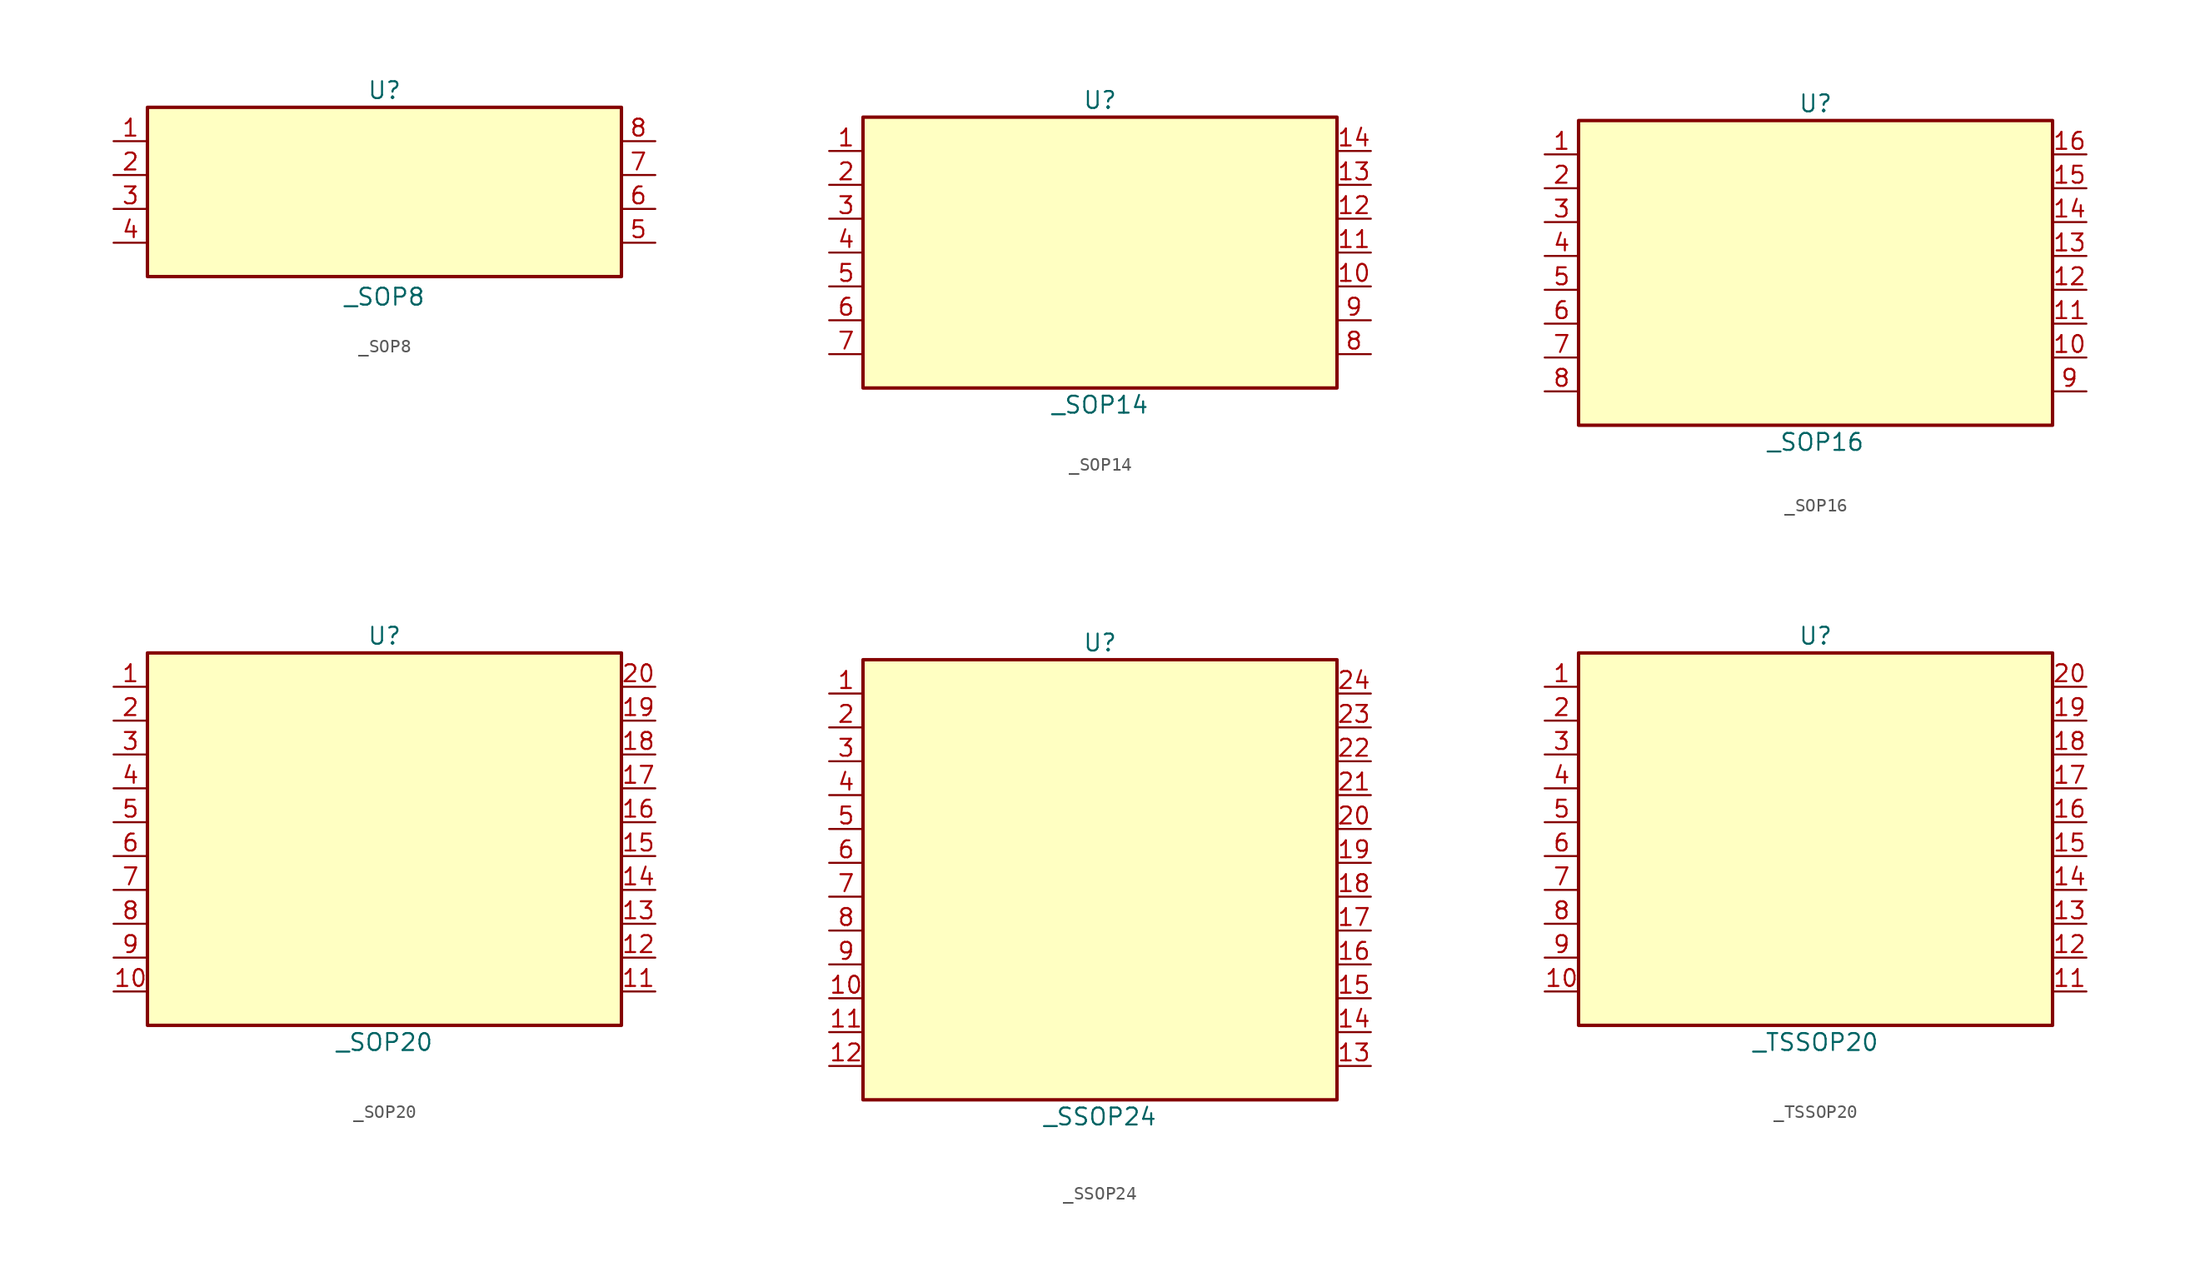
<source format=kicad_sym>
(kicad_symbol_lib
  (version 20241209)
  (generator "kicad_symbol_editor")
  (generator_version "9.0")
  (symbol "_SOP8"
    (property "Reference" "U"
      (at 0 7.62 0)
      (effects (font (size 1.27 1.27))))
    (property "Value" "_SOP8"
      (at 0 -7.874 0)
      (effects (font (size 1.27 1.27))))
    (symbol "_SOP8_0_0"
      (pin unspecified line (at -20.32 -1.27 0) (length 2.54) (name "" (effects (font (size 1.27 1.27)))) (number "3" (effects (font (size 1.27 1.27)))))
      (pin unspecified line (at -20.32 -3.81 0) (length 2.54) (name "" (effects (font (size 1.27 1.27)))) (number "4" (effects (font (size 1.27 1.27)))))
      (pin unspecified line (at 20.32 3.81 180) (length 2.54) (name "" (effects (font (size 1.27 1.27)))) (number "8" (effects (font (size 1.27 1.27)))))
      (pin unspecified line (at 20.32 1.27 180) (length 2.54) (name "" (effects (font (size 1.27 1.27)))) (number "7" (effects (font (size 1.27 1.27)))))
      (pin unspecified line (at 20.32 -1.27 180) (length 2.54) (name "" (effects (font (size 1.27 1.27)))) (number "6" (effects (font (size 1.27 1.27)))))
      (pin unspecified line (at 20.32 -3.81 180) (length 2.54) (name "" (effects (font (size 1.27 1.27)))) (number "5" (effects (font (size 1.27 1.27))))))
    (symbol "_SOP8_1_0"
      (pin unspecified line (at -20.32 3.81 0) (length 2.54) (name "" (effects (font (size 1.27 1.27)))) (number "1" (effects (font (size 1.27 1.27)))))
      (pin unspecified line (at -20.32 1.27 0) (length 2.54) (name "" (effects (font (size 1.27 1.27)))) (number "2" (effects (font (size 1.27 1.27))))))
    (symbol "_SOP8_1_1"
      (rectangle (start -17.78 6.35) (end 17.78 -6.35) (stroke (width 0.254) (type solid)) (fill (type background)))))
  (symbol "_SOP14"
    (property "Reference" "U"
      (at 0 11.43 0)
      (effects (font (size 1.27 1.27))))
    (property "Value" "_SOP14"
      (at 0 -11.43 0)
      (effects (font (size 1.27 1.27))))
    (symbol "_SOP14_0_0"
      (pin unspecified line (at -20.32 7.62 0) (length 2.54) (name "" (effects (font (size 1.27 1.27)))) (number "1" (effects (font (size 1.27 1.27)))))
      (pin unspecified line (at -20.32 5.08 0) (length 2.54) (name "" (effects (font (size 1.27 1.27)))) (number "2" (effects (font (size 1.27 1.27)))))
      (pin unspecified line (at -20.32 2.54 0) (length 2.54) (name "" (effects (font (size 1.27 1.27)))) (number "3" (effects (font (size 1.27 1.27)))))
      (pin unspecified line (at -20.32 0 0) (length 2.54) (name "" (effects (font (size 1.27 1.27)))) (number "4" (effects (font (size 1.27 1.27)))))
      (pin unspecified line (at -20.32 -2.54 0) (length 2.54) (name "" (effects (font (size 1.27 1.27)))) (number "5" (effects (font (size 1.27 1.27)))))
      (pin unspecified line (at -20.32 -5.08 0) (length 2.54) (name "" (effects (font (size 1.27 1.27)))) (number "6" (effects (font (size 1.27 1.27)))))
      (pin unspecified line (at -20.32 -7.62 0) (length 2.54) (name "" (effects (font (size 1.27 1.27)))) (number "7" (effects (font (size 1.27 1.27)))))
      (pin unspecified line (at 20.32 7.62 180) (length 2.54) (name "" (effects (font (size 1.27 1.27)))) (number "14" (effects (font (size 1.27 1.27)))))
      (pin unspecified line (at 20.32 5.08 180) (length 2.54) (name "" (effects (font (size 1.27 1.27)))) (number "13" (effects (font (size 1.27 1.27)))))
      (pin unspecified line (at 20.32 2.54 180) (length 2.54) (name "" (effects (font (size 1.27 1.27)))) (number "12" (effects (font (size 1.27 1.27)))))
      (pin unspecified line (at 20.32 0 180) (length 2.54) (name "" (effects (font (size 1.27 1.27)))) (number "11" (effects (font (size 1.27 1.27)))))
      (pin unspecified line (at 20.32 -2.54 180) (length 2.54) (name "" (effects (font (size 1.27 1.27)))) (number "10" (effects (font (size 1.27 1.27)))))
      (pin unspecified line (at 20.32 -5.08 180) (length 2.54) (name "" (effects (font (size 1.27 1.27)))) (number "9" (effects (font (size 1.27 1.27)))))
      (pin unspecified line (at 20.32 -7.62 180) (length 2.54) (name "" (effects (font (size 1.27 1.27)))) (number "8" (effects (font (size 1.27 1.27))))))
    (symbol "_SOP14_1_1"
      (rectangle (start -17.78 10.16) (end 17.78 -10.16) (stroke (width 0.254) (type solid)) (fill (type background)))))
  (symbol "_SOP16"
    (property "Reference" "U"
      (at 0 12.7 0)
      (effects (font (size 1.27 1.27))))
    (property "Value" "_SOP16"
      (at 0 -12.7 0)
      (effects (font (size 1.27 1.27))))
    (symbol "_SOP16_0_0"
      (pin unspecified line (at -20.32 8.89 0) (length 2.54) (name "" (effects (font (size 1.27 1.27)))) (number "1" (effects (font (size 1.27 1.27)))))
      (pin unspecified line (at -20.32 6.35 0) (length 2.54) (name "" (effects (font (size 1.27 1.27)))) (number "2" (effects (font (size 1.27 1.27)))))
      (pin unspecified line (at -20.32 3.81 0) (length 2.54) (name "" (effects (font (size 1.27 1.27)))) (number "3" (effects (font (size 1.27 1.27)))))
      (pin unspecified line (at -20.32 1.27 0) (length 2.54) (name "" (effects (font (size 1.27 1.27)))) (number "4" (effects (font (size 1.27 1.27)))))
      (pin unspecified line (at -20.32 -1.27 0) (length 2.54) (name "" (effects (font (size 1.27 1.27)))) (number "5" (effects (font (size 1.27 1.27)))))
      (pin unspecified line (at -20.32 -3.81 0) (length 2.54) (name "" (effects (font (size 1.27 1.27)))) (number "6" (effects (font (size 1.27 1.27)))))
      (pin unspecified line (at -20.32 -6.35 0) (length 2.54) (name "" (effects (font (size 1.27 1.27)))) (number "7" (effects (font (size 1.27 1.27)))))
      (pin unspecified line (at -20.32 -8.89 0) (length 2.54) (name "" (effects (font (size 1.27 1.27)))) (number "8" (effects (font (size 1.27 1.27)))))
      (pin unspecified line (at 20.32 8.89 180) (length 2.54) (name "" (effects (font (size 1.27 1.27)))) (number "16" (effects (font (size 1.27 1.27)))))
      (pin unspecified line (at 20.32 6.35 180) (length 2.54) (name "" (effects (font (size 1.27 1.27)))) (number "15" (effects (font (size 1.27 1.27)))))
      (pin unspecified line (at 20.32 3.81 180) (length 2.54) (name "" (effects (font (size 1.27 1.27)))) (number "14" (effects (font (size 1.27 1.27)))))
      (pin unspecified line (at 20.32 1.27 180) (length 2.54) (name "" (effects (font (size 1.27 1.27)))) (number "13" (effects (font (size 1.27 1.27)))))
      (pin unspecified line (at 20.32 -1.27 180) (length 2.54) (name "" (effects (font (size 1.27 1.27)))) (number "12" (effects (font (size 1.27 1.27)))))
      (pin unspecified line (at 20.32 -3.81 180) (length 2.54) (name "" (effects (font (size 1.27 1.27)))) (number "11" (effects (font (size 1.27 1.27)))))
      (pin unspecified line (at 20.32 -6.35 180) (length 2.54) (name "" (effects (font (size 1.27 1.27)))) (number "10" (effects (font (size 1.27 1.27)))))
      (pin unspecified line (at 20.32 -8.89 180) (length 2.54) (name "" (effects (font (size 1.27 1.27)))) (number "9" (effects (font (size 1.27 1.27))))))
    (symbol "_SOP16_1_1"
      (rectangle (start -17.78 11.43) (end 17.78 -11.43) (stroke (width 0.254) (type solid)) (fill (type background)))))
  (symbol "_SOP20"
    (property "Reference" "U"
      (at 0 15.24 0)
      (effects (font (size 1.27 1.27))))
    (property "Value" "_SOP20"
      (at 0 -15.24 0)
      (effects (font (size 1.27 1.27))))
    (symbol "_SOP20_0_0"
      (pin unspecified line (at -20.32 11.43 0) (length 2.54) (name "" (effects (font (size 1.27 1.27)))) (number "1" (effects (font (size 1.27 1.27)))))
      (pin unspecified line (at -20.32 8.89 0) (length 2.54) (name "" (effects (font (size 1.27 1.27)))) (number "2" (effects (font (size 1.27 1.27)))))
      (pin unspecified line (at -20.32 6.35 0) (length 2.54) (name "" (effects (font (size 1.27 1.27)))) (number "3" (effects (font (size 1.27 1.27)))))
      (pin unspecified line (at -20.32 3.81 0) (length 2.54) (name "" (effects (font (size 1.27 1.27)))) (number "4" (effects (font (size 1.27 1.27)))))
      (pin unspecified line (at -20.32 1.27 0) (length 2.54) (name "" (effects (font (size 1.27 1.27)))) (number "5" (effects (font (size 1.27 1.27)))))
      (pin unspecified line (at -20.32 -1.27 0) (length 2.54) (name "" (effects (font (size 1.27 1.27)))) (number "6" (effects (font (size 1.27 1.27)))))
      (pin unspecified line (at -20.32 -3.81 0) (length 2.54) (name "" (effects (font (size 1.27 1.27)))) (number "7" (effects (font (size 1.27 1.27)))))
      (pin unspecified line (at -20.32 -6.35 0) (length 2.54) (name "" (effects (font (size 1.27 1.27)))) (number "8" (effects (font (size 1.27 1.27)))))
      (pin unspecified line (at -20.32 -8.89 0) (length 2.54) (name "" (effects (font (size 1.27 1.27)))) (number "9" (effects (font (size 1.27 1.27)))))
      (pin unspecified line (at -20.32 -11.43 0) (length 2.54) (name "" (effects (font (size 1.27 1.27)))) (number "10" (effects (font (size 1.27 1.27)))))
      (pin unspecified line (at 20.32 11.43 180) (length 2.54) (name "" (effects (font (size 1.27 1.27)))) (number "20" (effects (font (size 1.27 1.27)))))
      (pin unspecified line (at 20.32 8.89 180) (length 2.54) (name "" (effects (font (size 1.27 1.27)))) (number "19" (effects (font (size 1.27 1.27)))))
      (pin unspecified line (at 20.32 6.35 180) (length 2.54) (name "" (effects (font (size 1.27 1.27)))) (number "18" (effects (font (size 1.27 1.27)))))
      (pin unspecified line (at 20.32 3.81 180) (length 2.54) (name "" (effects (font (size 1.27 1.27)))) (number "17" (effects (font (size 1.27 1.27)))))
      (pin unspecified line (at 20.32 1.27 180) (length 2.54) (name "" (effects (font (size 1.27 1.27)))) (number "16" (effects (font (size 1.27 1.27)))))
      (pin unspecified line (at 20.32 -1.27 180) (length 2.54) (name "" (effects (font (size 1.27 1.27)))) (number "15" (effects (font (size 1.27 1.27)))))
      (pin unspecified line (at 20.32 -3.81 180) (length 2.54) (name "" (effects (font (size 1.27 1.27)))) (number "14" (effects (font (size 1.27 1.27)))))
      (pin unspecified line (at 20.32 -6.35 180) (length 2.54) (name "" (effects (font (size 1.27 1.27)))) (number "13" (effects (font (size 1.27 1.27)))))
      (pin unspecified line (at 20.32 -8.89 180) (length 2.54) (name "" (effects (font (size 1.27 1.27)))) (number "12" (effects (font (size 1.27 1.27)))))
      (pin unspecified line (at 20.32 -11.43 180) (length 2.54) (name "" (effects (font (size 1.27 1.27)))) (number "11" (effects (font (size 1.27 1.27))))))
    (symbol "_SOP20_1_1"
      (rectangle (start -17.78 13.97) (end 17.78 -13.97) (stroke (width 0.254) (type solid)) (fill (type background)))))
  (symbol "_SSOP24"
    (property "Reference" "U"
      (at 0 17.78 0)
      (effects (font (size 1.27 1.27))))
    (property "Value" "_SSOP24"
      (at 0 -17.78 0)
      (effects (font (size 1.27 1.27))))
    (symbol "_SSOP24_0_0"
      (pin unspecified line (at -20.32 13.97 0) (length 2.54) (name "" (effects (font (size 1.27 1.27)))) (number "1" (effects (font (size 1.27 1.27)))))
      (pin unspecified line (at -20.32 11.43 0) (length 2.54) (name "" (effects (font (size 1.27 1.27)))) (number "2" (effects (font (size 1.27 1.27)))))
      (pin unspecified line (at -20.32 8.89 0) (length 2.54) (name "" (effects (font (size 1.27 1.27)))) (number "3" (effects (font (size 1.27 1.27)))))
      (pin unspecified line (at -20.32 6.35 0) (length 2.54) (name "" (effects (font (size 1.27 1.27)))) (number "4" (effects (font (size 1.27 1.27)))))
      (pin unspecified line (at -20.32 3.81 0) (length 2.54) (name "" (effects (font (size 1.27 1.27)))) (number "5" (effects (font (size 1.27 1.27)))))
      (pin unspecified line (at -20.32 1.27 0) (length 2.54) (name "" (effects (font (size 1.27 1.27)))) (number "6" (effects (font (size 1.27 1.27)))))
      (pin unspecified line (at -20.32 -1.27 0) (length 2.54) (name "" (effects (font (size 1.27 1.27)))) (number "7" (effects (font (size 1.27 1.27)))))
      (pin unspecified line (at -20.32 -3.81 0) (length 2.54) (name "" (effects (font (size 1.27 1.27)))) (number "8" (effects (font (size 1.27 1.27)))))
      (pin unspecified line (at -20.32 -6.35 0) (length 2.54) (name "" (effects (font (size 1.27 1.27)))) (number "9" (effects (font (size 1.27 1.27)))))
      (pin unspecified line (at -20.32 -8.89 0) (length 2.54) (name "" (effects (font (size 1.27 1.27)))) (number "10" (effects (font (size 1.27 1.27)))))
      (pin unspecified line (at -20.32 -11.43 0) (length 2.54) (name "" (effects (font (size 1.27 1.27)))) (number "11" (effects (font (size 1.27 1.27)))))
      (pin unspecified line (at -20.32 -13.97 0) (length 2.54) (name "" (effects (font (size 1.27 1.27)))) (number "12" (effects (font (size 1.27 1.27)))))
      (pin unspecified line (at 20.32 13.97 180) (length 2.54) (name "" (effects (font (size 1.27 1.27)))) (number "24" (effects (font (size 1.27 1.27)))))
      (pin unspecified line (at 20.32 11.43 180) (length 2.54) (name "" (effects (font (size 1.27 1.27)))) (number "23" (effects (font (size 1.27 1.27)))))
      (pin unspecified line (at 20.32 8.89 180) (length 2.54) (name "" (effects (font (size 1.27 1.27)))) (number "22" (effects (font (size 1.27 1.27)))))
      (pin unspecified line (at 20.32 6.35 180) (length 2.54) (name "" (effects (font (size 1.27 1.27)))) (number "21" (effects (font (size 1.27 1.27)))))
      (pin unspecified line (at 20.32 3.81 180) (length 2.54) (name "" (effects (font (size 1.27 1.27)))) (number "20" (effects (font (size 1.27 1.27)))))
      (pin unspecified line (at 20.32 1.27 180) (length 2.54) (name "" (effects (font (size 1.27 1.27)))) (number "19" (effects (font (size 1.27 1.27)))))
      (pin unspecified line (at 20.32 -1.27 180) (length 2.54) (name "" (effects (font (size 1.27 1.27)))) (number "18" (effects (font (size 1.27 1.27)))))
      (pin unspecified line (at 20.32 -3.81 180) (length 2.54) (name "" (effects (font (size 1.27 1.27)))) (number "17" (effects (font (size 1.27 1.27)))))
      (pin unspecified line (at 20.32 -6.35 180) (length 2.54) (name "" (effects (font (size 1.27 1.27)))) (number "16" (effects (font (size 1.27 1.27)))))
      (pin unspecified line (at 20.32 -8.89 180) (length 2.54) (name "" (effects (font (size 1.27 1.27)))) (number "15" (effects (font (size 1.27 1.27)))))
      (pin unspecified line (at 20.32 -11.43 180) (length 2.54) (name "" (effects (font (size 1.27 1.27)))) (number "14" (effects (font (size 1.27 1.27)))))
      (pin unspecified line (at 20.32 -13.97 180) (length 2.54) (name "" (effects (font (size 1.27 1.27)))) (number "13" (effects (font (size 1.27 1.27))))))
    (symbol "_SSOP24_1_1"
      (rectangle (start -17.78 16.51) (end 17.78 -16.51) (stroke (width 0.254) (type solid)) (fill (type background)))))
  (symbol "_TSSOP20"
    (property "Reference" "U"
      (at 0 15.24 0)
      (effects (font (size 1.27 1.27))))
    (property "Value" "_TSSOP20"
      (at 0 -15.24 0)
      (effects (font (size 1.27 1.27))))
    (symbol "_TSSOP20_0_0"
      (pin unspecified line (at -20.32 11.43 0) (length 2.54) (name "" (effects (font (size 1.27 1.27)))) (number "1" (effects (font (size 1.27 1.27)))))
      (pin unspecified line (at -20.32 8.89 0) (length 2.54) (name "" (effects (font (size 1.27 1.27)))) (number "2" (effects (font (size 1.27 1.27)))))
      (pin unspecified line (at -20.32 6.35 0) (length 2.54) (name "" (effects (font (size 1.27 1.27)))) (number "3" (effects (font (size 1.27 1.27)))))
      (pin unspecified line (at -20.32 3.81 0) (length 2.54) (name "" (effects (font (size 1.27 1.27)))) (number "4" (effects (font (size 1.27 1.27)))))
      (pin unspecified line (at -20.32 1.27 0) (length 2.54) (name "" (effects (font (size 1.27 1.27)))) (number "5" (effects (font (size 1.27 1.27)))))
      (pin unspecified line (at -20.32 -1.27 0) (length 2.54) (name "" (effects (font (size 1.27 1.27)))) (number "6" (effects (font (size 1.27 1.27)))))
      (pin unspecified line (at -20.32 -3.81 0) (length 2.54) (name "" (effects (font (size 1.27 1.27)))) (number "7" (effects (font (size 1.27 1.27)))))
      (pin unspecified line (at -20.32 -6.35 0) (length 2.54) (name "" (effects (font (size 1.27 1.27)))) (number "8" (effects (font (size 1.27 1.27)))))
      (pin unspecified line (at -20.32 -8.89 0) (length 2.54) (name "" (effects (font (size 1.27 1.27)))) (number "9" (effects (font (size 1.27 1.27)))))
      (pin unspecified line (at -20.32 -11.43 0) (length 2.54) (name "" (effects (font (size 1.27 1.27)))) (number "10" (effects (font (size 1.27 1.27)))))
      (pin unspecified line (at 20.32 11.43 180) (length 2.54) (name "" (effects (font (size 1.27 1.27)))) (number "20" (effects (font (size 1.27 1.27)))))
      (pin unspecified line (at 20.32 8.89 180) (length 2.54) (name "" (effects (font (size 1.27 1.27)))) (number "19" (effects (font (size 1.27 1.27)))))
      (pin unspecified line (at 20.32 6.35 180) (length 2.54) (name "" (effects (font (size 1.27 1.27)))) (number "18" (effects (font (size 1.27 1.27)))))
      (pin unspecified line (at 20.32 3.81 180) (length 2.54) (name "" (effects (font (size 1.27 1.27)))) (number "17" (effects (font (size 1.27 1.27)))))
      (pin unspecified line (at 20.32 1.27 180) (length 2.54) (name "" (effects (font (size 1.27 1.27)))) (number "16" (effects (font (size 1.27 1.27)))))
      (pin unspecified line (at 20.32 -1.27 180) (length 2.54) (name "" (effects (font (size 1.27 1.27)))) (number "15" (effects (font (size 1.27 1.27)))))
      (pin unspecified line (at 20.32 -3.81 180) (length 2.54) (name "" (effects (font (size 1.27 1.27)))) (number "14" (effects (font (size 1.27 1.27)))))
      (pin unspecified line (at 20.32 -6.35 180) (length 2.54) (name "" (effects (font (size 1.27 1.27)))) (number "13" (effects (font (size 1.27 1.27)))))
      (pin unspecified line (at 20.32 -8.89 180) (length 2.54) (name "" (effects (font (size 1.27 1.27)))) (number "12" (effects (font (size 1.27 1.27)))))
      (pin unspecified line (at 20.32 -11.43 180) (length 2.54) (name "" (effects (font (size 1.27 1.27)))) (number "11" (effects (font (size 1.27 1.27))))))
    (symbol "_TSSOP20_1_1"
      (rectangle (start -17.78 13.97) (end 17.78 -13.97) (stroke (width 0.254) (type solid)) (fill (type background))))))
</source>
